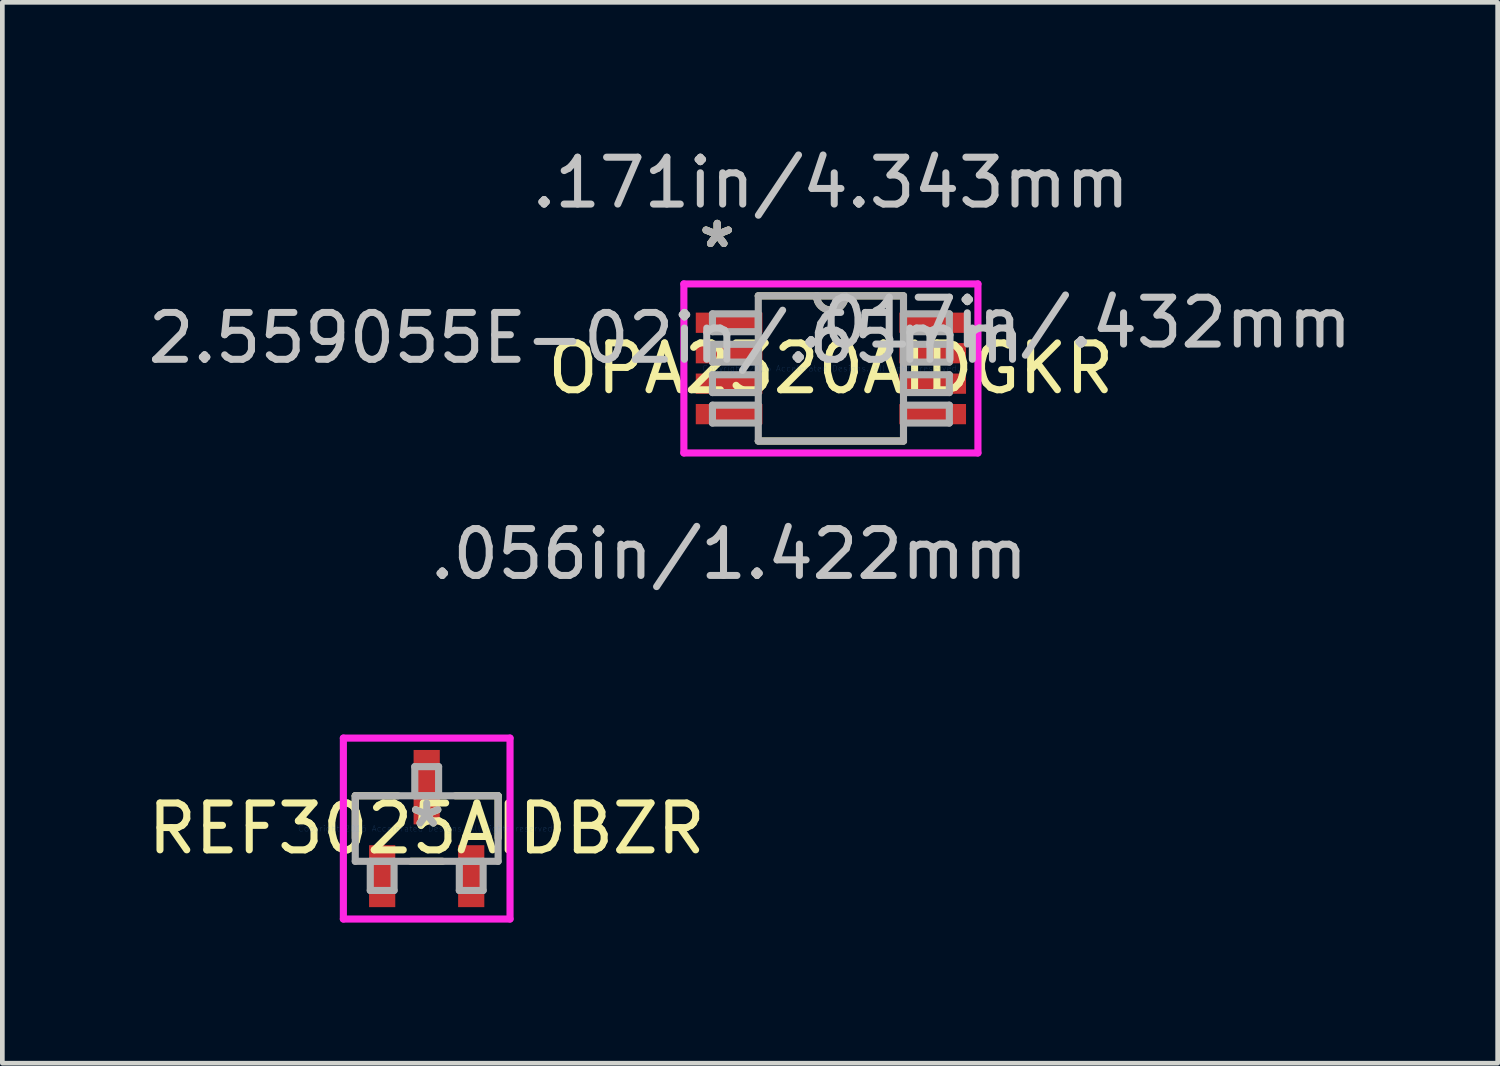
<source format=kicad_pcb>
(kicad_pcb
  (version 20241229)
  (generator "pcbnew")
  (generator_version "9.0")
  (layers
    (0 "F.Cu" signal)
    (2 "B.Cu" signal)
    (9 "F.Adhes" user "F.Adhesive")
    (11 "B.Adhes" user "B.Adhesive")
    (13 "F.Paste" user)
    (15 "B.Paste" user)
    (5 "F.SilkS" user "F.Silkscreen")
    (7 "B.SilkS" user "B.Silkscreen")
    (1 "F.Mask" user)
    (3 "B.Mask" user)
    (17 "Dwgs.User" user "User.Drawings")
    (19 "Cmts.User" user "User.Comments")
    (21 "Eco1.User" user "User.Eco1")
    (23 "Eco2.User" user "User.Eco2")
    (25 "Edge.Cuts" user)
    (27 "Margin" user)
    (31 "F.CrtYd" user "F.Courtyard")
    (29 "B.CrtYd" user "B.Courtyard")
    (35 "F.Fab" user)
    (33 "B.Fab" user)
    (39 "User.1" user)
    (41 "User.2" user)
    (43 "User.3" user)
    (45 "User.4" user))
  (footprint "OPA2320AIDGKR"
    (layer "F.Cu")
    (at 14.678 4.811)
    (property "Reference" "OPA2320AIDGKR" (at 0 0 0) (layer "F.SilkS") (effects (font (size 1 1) (thickness 0.15))))
    (attr through_hole)
    (fp_line (start -1.549 1.549) (end 1.549 1.549) (stroke (width 0.152) (type solid)) (layer "F.SilkS"))
    (fp_line (start 1.549 -1.549) (end -1.549 -1.549) (stroke (width 0.152) (type solid)) (layer "F.SilkS"))
    (fp_arc (start 0.3048 -1.5494) (mid 0 -1.2446) (end -0.3048 -1.5494) (stroke (width 0.1524) (type solid)) (layer "F.SilkS"))
    (fp_line (start -3.137 -1.803) (end 3.137 -1.803) (stroke (width 0.152) (type solid)) (layer "F.CrtYd"))
    (fp_line (start -3.137 1.803) (end -3.137 -1.803) (stroke (width 0.152) (type solid)) (layer "F.CrtYd"))
    (fp_line (start 3.137 -1.803) (end 3.137 1.803) (stroke (width 0.152) (type solid)) (layer "F.CrtYd"))
    (fp_line (start 3.137 1.803) (end -3.137 1.803) (stroke (width 0.152) (type solid)) (layer "F.CrtYd"))
    (fp_line (start -2.527 -1.165) (end -2.527 -0.784) (stroke (width 0.152) (type solid)) (layer "F.Fab"))
    (fp_line (start -2.527 -0.784) (end -1.549 -0.784) (stroke (width 0.152) (type solid)) (layer "F.Fab"))
    (fp_line (start -2.527 -0.515) (end -2.527 -0.135) (stroke (width 0.152) (type solid)) (layer "F.Fab"))
    (fp_line (start -2.527 -0.135) (end -1.549 -0.135) (stroke (width 0.152) (type solid)) (layer "F.Fab"))
    (fp_line (start -2.527 0.135) (end -2.527 0.515) (stroke (width 0.152) (type solid)) (layer "F.Fab"))
    (fp_line (start -2.527 0.515) (end -1.549 0.515) (stroke (width 0.152) (type solid)) (layer "F.Fab"))
    (fp_line (start -2.527 0.784) (end -2.527 1.165) (stroke (width 0.152) (type solid)) (layer "F.Fab"))
    (fp_line (start -2.527 1.165) (end -1.549 1.165) (stroke (width 0.152) (type solid)) (layer "F.Fab"))
    (fp_line (start -1.549 -1.549) (end -1.549 1.549) (stroke (width 0.152) (type solid)) (layer "F.Fab"))
    (fp_line (start -1.549 -1.165) (end -2.527 -1.165) (stroke (width 0.152) (type solid)) (layer "F.Fab"))
    (fp_line (start -1.549 -0.784) (end -1.549 -1.165) (stroke (width 0.152) (type solid)) (layer "F.Fab"))
    (fp_line (start -1.549 -0.515) (end -2.527 -0.515) (stroke (width 0.152) (type solid)) (layer "F.Fab"))
    (fp_line (start -1.549 -0.135) (end -1.549 -0.515) (stroke (width 0.152) (type solid)) (layer "F.Fab"))
    (fp_line (start -1.549 0.135) (end -2.527 0.135) (stroke (width 0.152) (type solid)) (layer "F.Fab"))
    (fp_line (start -1.549 0.515) (end -1.549 0.135) (stroke (width 0.152) (type solid)) (layer "F.Fab"))
    (fp_line (start -1.549 0.784) (end -2.527 0.784) (stroke (width 0.152) (type solid)) (layer "F.Fab"))
    (fp_line (start -1.549 1.165) (end -1.549 0.784) (stroke (width 0.152) (type solid)) (layer "F.Fab"))
    (fp_line (start -1.549 1.549) (end 1.549 1.549) (stroke (width 0.152) (type solid)) (layer "F.Fab"))
    (fp_line (start 1.549 -1.549) (end -1.549 -1.549) (stroke (width 0.152) (type solid)) (layer "F.Fab"))
    (fp_line (start 1.549 -1.165) (end 1.549 -0.784) (stroke (width 0.152) (type solid)) (layer "F.Fab"))
    (fp_line (start 1.549 -0.784) (end 2.527 -0.784) (stroke (width 0.152) (type solid)) (layer "F.Fab"))
    (fp_line (start 1.549 -0.515) (end 1.549 -0.135) (stroke (width 0.152) (type solid)) (layer "F.Fab"))
    (fp_line (start 1.549 -0.135) (end 2.527 -0.135) (stroke (width 0.152) (type solid)) (layer "F.Fab"))
    (fp_line (start 1.549 0.135) (end 1.549 0.515) (stroke (width 0.152) (type solid)) (layer "F.Fab"))
    (fp_line (start 1.549 0.515) (end 2.527 0.515) (stroke (width 0.152) (type solid)) (layer "F.Fab"))
    (fp_line (start 1.549 0.784) (end 1.549 1.165) (stroke (width 0.152) (type solid)) (layer "F.Fab"))
    (fp_line (start 1.549 1.165) (end 2.527 1.165) (stroke (width 0.152) (type solid)) (layer "F.Fab"))
    (fp_line (start 1.549 1.549) (end 1.549 -1.549) (stroke (width 0.152) (type solid)) (layer "F.Fab"))
    (fp_line (start 2.527 -1.165) (end 1.549 -1.165) (stroke (width 0.152) (type solid)) (layer "F.Fab"))
    (fp_line (start 2.527 -0.784) (end 2.527 -1.165) (stroke (width 0.152) (type solid)) (layer "F.Fab"))
    (fp_line (start 2.527 -0.515) (end 1.549 -0.515) (stroke (width 0.152) (type solid)) (layer "F.Fab"))
    (fp_line (start 2.527 -0.135) (end 2.527 -0.515) (stroke (width 0.152) (type solid)) (layer "F.Fab"))
    (fp_line (start 2.527 0.135) (end 1.549 0.135) (stroke (width 0.152) (type solid)) (layer "F.Fab"))
    (fp_line (start 2.527 0.515) (end 2.527 0.135) (stroke (width 0.152) (type solid)) (layer "F.Fab"))
    (fp_line (start 2.527 0.784) (end 1.549 0.784) (stroke (width 0.152) (type solid)) (layer "F.Fab"))
    (fp_line (start 2.527 1.165) (end 2.527 0.784) (stroke (width 0.152) (type solid)) (layer "F.Fab"))
    (fp_arc (start 0.3048 -1.5494) (mid 0 -1.2446) (end -0.3048 -1.5494) (stroke (width 0.1524) (type solid)) (layer "F.Fab"))
    (fp_text user "*" (at -2.426 -2.55 0) (layer "F.SilkS") (effects (font (size 1 1) (thickness 0.15))))
    (fp_text user "*" (at -2.426 -2.55 0) (layer "F.SilkS") (effects (font (size 1 1) (thickness 0.15))))
    (fp_text user "2.559055E-02in/.65mm" (at -5.22 -0.65 0) (layer "Dwgs.User") (effects (font (size 1 1) (thickness 0.15))))
    (fp_text user ".056in/1.422mm" (at -2.172 3.962 0) (layer "Dwgs.User") (effects (font (size 1 1) (thickness 0.15))))
    (fp_text user ".171in/4.343mm" (at 0 -3.962 0) (layer "Dwgs.User") (effects (font (size 1 1) (thickness 0.15))))
    (fp_text user ".017in/.432mm" (at 5.22 -0.975 0) (layer "Dwgs.User") (effects (font (size 1 1) (thickness 0.15))))
    (fp_text user "Copyright 2016 Accelerated Designs. All rights reserved." (at 0 0 0) (layer "Cmts.User") (effects (font (size 0.127 0.127) (thickness 0.002))))
    (fp_text user "*" (at -2.426 -2.55 0) (layer "F.Fab") (effects (font (size 1 1) (thickness 0.15))))
    (fp_text user "*" (at -2.426 -2.55 0) (layer "F.Fab") (effects (font (size 1 1) (thickness 0.15))))
    (pad "1" smd rect (at -2.172 -0.975) (size 1.422 0.432) (layers "F.Cu" "F.Mask" "F.Paste"))
    (pad "2" smd rect (at -2.172 -0.325) (size 1.422 0.432) (layers "F.Cu" "F.Mask" "F.Paste"))
    (pad "3" smd rect (at -2.172 0.325) (size 1.422 0.432) (layers "F.Cu" "F.Mask" "F.Paste"))
    (pad "4" smd rect (at -2.172 0.975) (size 1.422 0.432) (layers "F.Cu" "F.Mask" "F.Paste"))
    (pad "5" smd rect (at 2.172 0.975) (size 1.422 0.432) (layers "F.Cu" "F.Mask" "F.Paste"))
    (pad "6" smd rect (at 2.172 0.325) (size 1.422 0.432) (layers "F.Cu" "F.Mask" "F.Paste"))
    (pad "7" smd rect (at 2.172 -0.325) (size 1.422 0.432) (layers "F.Cu" "F.Mask" "F.Paste"))
    (pad "8" smd rect (at 2.172 -0.975) (size 1.422 0.432) (layers "F.Cu" "F.Mask" "F.Paste")))
  (footprint "REF3025AIDBZR"
    (layer "F.Cu")
    (at 6.054 14.628)
    (property "Reference" "REF3025AIDBZR" (at 0 0 0) (layer "F.SilkS") (effects (font (size 1 1) (thickness 0.15))))
    (attr through_hole)
    (fp_line (start -1.524 -0.699) (end -1.524 0.201) (stroke (width 0.152) (type solid)) (layer "F.SilkS"))
    (fp_line (start -0.612 -0.699) (end -1.524 -0.699) (stroke (width 0.152) (type solid)) (layer "F.SilkS"))
    (fp_line (start -0.338 0.699) (end 0.338 0.699) (stroke (width 0.152) (type solid)) (layer "F.SilkS"))
    (fp_line (start 1.524 -0.699) (end 0.612 -0.699) (stroke (width 0.152) (type solid)) (layer "F.SilkS"))
    (fp_line (start 1.524 0.201) (end 1.524 -0.699) (stroke (width 0.152) (type solid)) (layer "F.SilkS"))
    (fp_line (start -1.778 -1.93) (end 1.778 -1.93) (stroke (width 0.152) (type solid)) (layer "F.CrtYd"))
    (fp_line (start -1.778 1.93) (end -1.778 -1.93) (stroke (width 0.152) (type solid)) (layer "F.CrtYd"))
    (fp_line (start 1.778 -1.93) (end 1.778 1.93) (stroke (width 0.152) (type solid)) (layer "F.CrtYd"))
    (fp_line (start 1.778 1.93) (end -1.778 1.93) (stroke (width 0.152) (type solid)) (layer "F.CrtYd"))
    (fp_line (start -1.524 -0.699) (end -1.524 0.699) (stroke (width 0.152) (type solid)) (layer "F.Fab"))
    (fp_line (start -1.524 0.699) (end 1.524 0.699) (stroke (width 0.152) (type solid)) (layer "F.Fab"))
    (fp_line (start -1.204 0.699) (end -1.204 1.321) (stroke (width 0.152) (type solid)) (layer "F.Fab"))
    (fp_line (start -1.204 1.321) (end -0.696 1.321) (stroke (width 0.152) (type solid)) (layer "F.Fab"))
    (fp_line (start -0.696 0.699) (end -1.204 0.699) (stroke (width 0.152) (type solid)) (layer "F.Fab"))
    (fp_line (start -0.696 1.321) (end -0.696 0.699) (stroke (width 0.152) (type solid)) (layer "F.Fab"))
    (fp_line (start -0.254 -1.321) (end -0.254 -0.699) (stroke (width 0.152) (type solid)) (layer "F.Fab"))
    (fp_line (start -0.254 -0.699) (end 0.254 -0.699) (stroke (width 0.152) (type solid)) (layer "F.Fab"))
    (fp_line (start 0.254 -1.321) (end -0.254 -1.321) (stroke (width 0.152) (type solid)) (layer "F.Fab"))
    (fp_line (start 0.254 -0.699) (end 0.254 -1.321) (stroke (width 0.152) (type solid)) (layer "F.Fab"))
    (fp_line (start 0.696 0.699) (end 0.696 1.321) (stroke (width 0.152) (type solid)) (layer "F.Fab"))
    (fp_line (start 0.696 1.321) (end 1.204 1.321) (stroke (width 0.152) (type solid)) (layer "F.Fab"))
    (fp_line (start 1.204 0.699) (end 0.696 0.699) (stroke (width 0.152) (type solid)) (layer "F.Fab"))
    (fp_line (start 1.204 1.321) (end 1.204 0.699) (stroke (width 0.152) (type solid)) (layer "F.Fab"))
    (fp_line (start 1.524 -0.699) (end -1.524 -0.699) (stroke (width 0.152) (type solid)) (layer "F.Fab"))
    (fp_line (start 1.524 0.699) (end 1.524 -0.699) (stroke (width 0.152) (type solid)) (layer "F.Fab"))
    (fp_text user "*" (at 0 0 0) (layer "F.SilkS") (effects (font (size 1 1) (thickness 0.15))))
    (fp_text user "Copyright 2016 Accelerated Designs. All rights reserved." (at 0 0 0) (layer "Cmts.User") (effects (font (size 0.127 0.127) (thickness 0.002))))
    (fp_text user "*" (at 0 0 0) (layer "F.Fab") (effects (font (size 1 1) (thickness 0.15))))
    (pad "1" smd rect (at -0.95 1.016) (size 0.559 1.321) (layers "F.Cu" "F.Mask" "F.Paste"))
    (pad "2" smd rect (at 0.95 1.016) (size 0.559 1.321) (layers "F.Cu" "F.Mask" "F.Paste"))
    (pad "3" smd rect (at 0 -0.883) (size 0.559 1.587) (layers "F.Cu" "F.Mask" "F.Paste")))
  (gr_rect
    (start -3 -3)
    (end 28.904 19.634)
    (stroke (width 0.1) (type default))
    (fill no)
    (layer "Edge.Cuts")))
</source>
